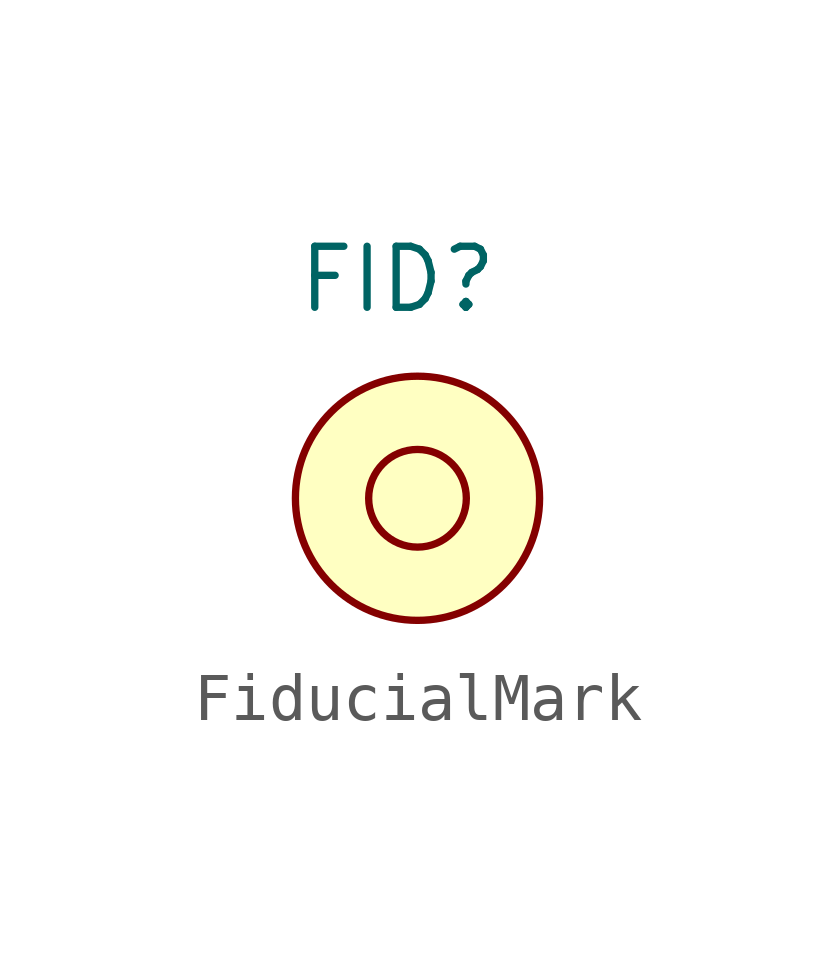
<source format=kicad_sym>
(kicad_symbol_lib
  (version 20231120)
  (generator "kicad_symbol_editor")
  (generator_version "7.99")
  (symbol "FiducialMark"
    (pin_numbers hide)
    (pin_names
      (offset 1.016) hide)
    (property "Reference" "FID"
      (at -2.54 3.81 0)
      (effects (font (size 1.27 1.27)) (justify left bottom)))
    (symbol "FiducialMark_1_1"
      (circle (center 0 0) (radius 1.016) (stroke (width 0) (type solid)) (fill (type background)))
      (circle (center 0 0) (radius 2.54) (stroke (width 0) (type solid)) (fill (type background))))))
</source>
